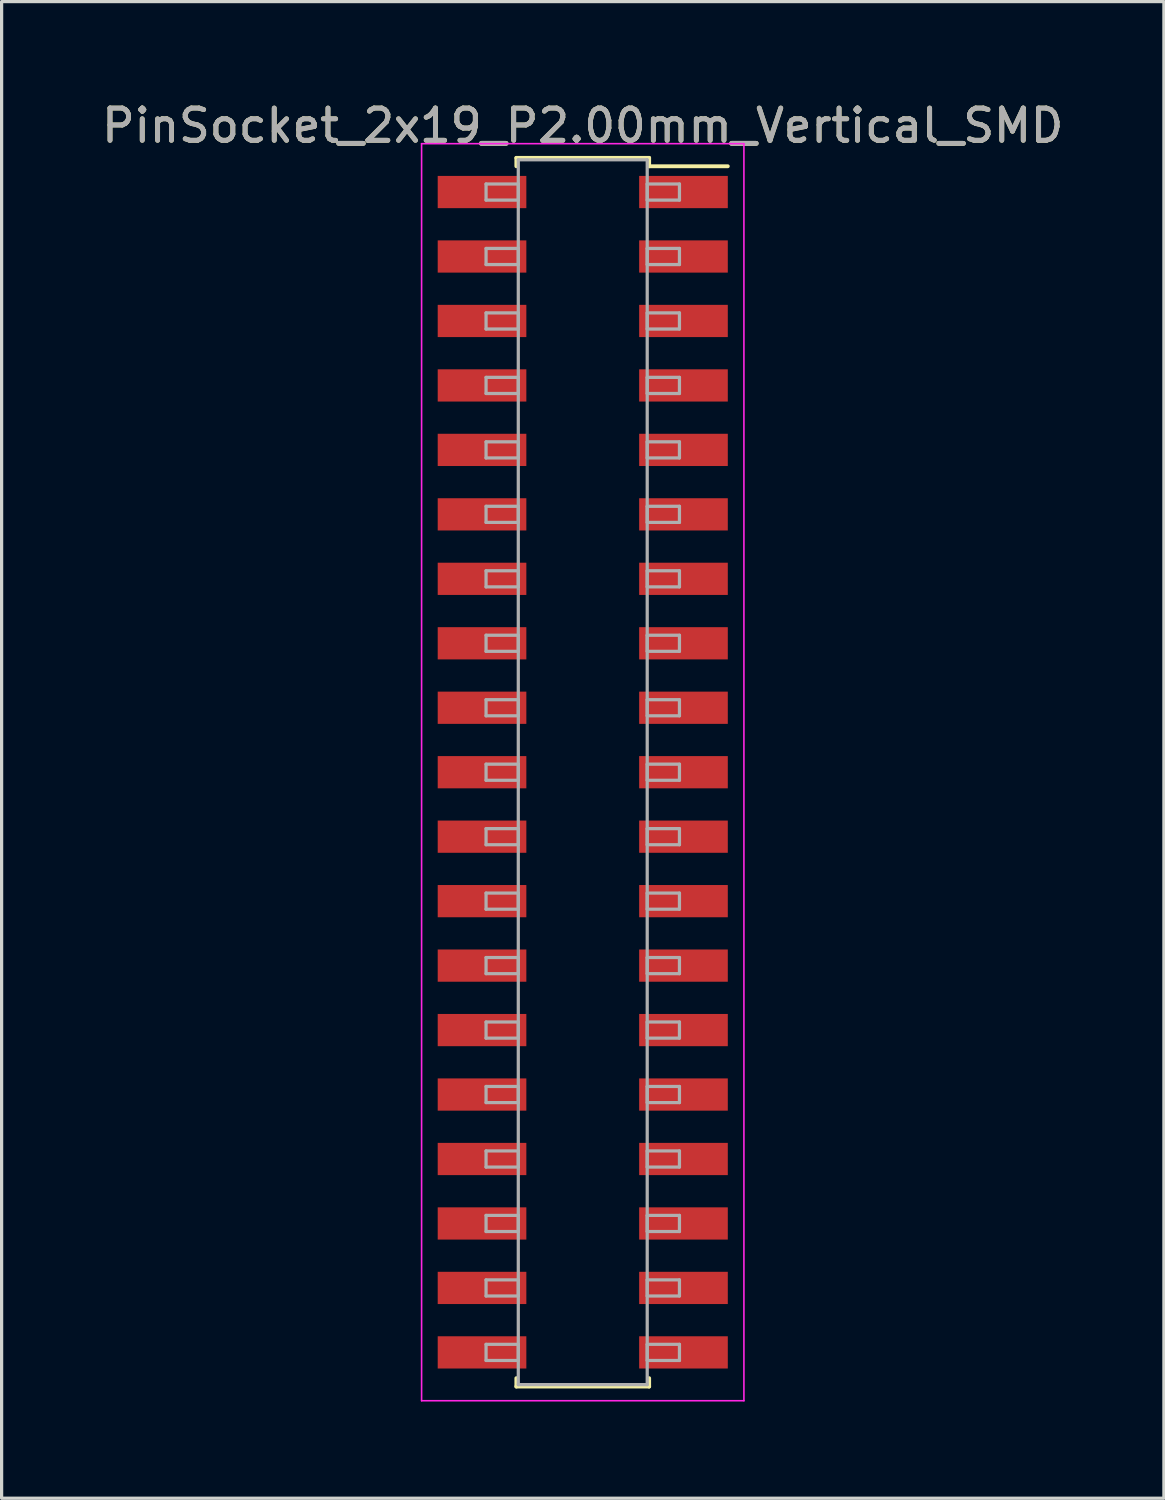
<source format=kicad_pcb>
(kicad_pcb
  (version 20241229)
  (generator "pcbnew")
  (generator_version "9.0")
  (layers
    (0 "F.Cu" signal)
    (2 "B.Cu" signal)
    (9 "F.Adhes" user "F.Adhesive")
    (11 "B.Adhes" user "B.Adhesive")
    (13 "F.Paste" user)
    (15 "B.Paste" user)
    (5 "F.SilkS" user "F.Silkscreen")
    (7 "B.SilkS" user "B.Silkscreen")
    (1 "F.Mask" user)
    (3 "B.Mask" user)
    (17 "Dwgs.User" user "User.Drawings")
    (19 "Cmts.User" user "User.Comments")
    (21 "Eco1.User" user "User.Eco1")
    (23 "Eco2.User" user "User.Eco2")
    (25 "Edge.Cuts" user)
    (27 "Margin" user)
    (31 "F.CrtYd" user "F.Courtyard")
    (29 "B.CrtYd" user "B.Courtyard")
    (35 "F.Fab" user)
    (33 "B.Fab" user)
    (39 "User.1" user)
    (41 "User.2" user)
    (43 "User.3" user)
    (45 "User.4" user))
  (footprint "PinSocket_2x19_P2.00mm_Vertical_SMD"
    (layer "F.Cu")
    (at 15.03 20.908)
    (property "Reference" "PinSocket_2x19_P2.00mm_Vertical_SMD" (at 0 -20.06 0) (layer "F.SilkS") (effects (font (size 1 1) (thickness 0.15))))
    (attr smd)
    (fp_line (start -2.06 -19.06) (end 2.06 -19.06) (stroke (width 0.12) (type solid)) (layer "F.SilkS"))
    (fp_line (start -2.06 -18.8) (end -2.06 -19.06) (stroke (width 0.12) (type solid)) (layer "F.SilkS"))
    (fp_line (start -2.06 18.8) (end -2.06 19.06) (stroke (width 0.12) (type solid)) (layer "F.SilkS"))
    (fp_line (start -2.06 19.06) (end 2.06 19.06) (stroke (width 0.12) (type solid)) (layer "F.SilkS"))
    (fp_line (start 2.06 -19.06) (end 2.06 -18.8) (stroke (width 0.12) (type solid)) (layer "F.SilkS"))
    (fp_line (start 2.06 19.06) (end 2.06 18.8) (stroke (width 0.12) (type solid)) (layer "F.SilkS"))
    (fp_line (start 4.5 -18.8) (end 2.06 -18.8) (stroke (width 0.12) (type solid)) (layer "F.SilkS"))
    (fp_line (start -5 -19.5) (end -5 19.5) (stroke (width 0.05) (type solid)) (layer "F.CrtYd"))
    (fp_line (start -5 19.5) (end 5 19.5) (stroke (width 0.05) (type solid)) (layer "F.CrtYd"))
    (fp_line (start 5 -19.5) (end -5 -19.5) (stroke (width 0.05) (type solid)) (layer "F.CrtYd"))
    (fp_line (start 5 19.5) (end 5 -19.5) (stroke (width 0.05) (type solid)) (layer "F.CrtYd"))
    (fp_line (start -3 -18.25) (end -2 -18.25) (stroke (width 0.1) (type solid)) (layer "F.Fab"))
    (fp_line (start -3 -17.75) (end -3 -18.25) (stroke (width 0.1) (type solid)) (layer "F.Fab"))
    (fp_line (start -3 -16.25) (end -2 -16.25) (stroke (width 0.1) (type solid)) (layer "F.Fab"))
    (fp_line (start -3 -15.75) (end -3 -16.25) (stroke (width 0.1) (type solid)) (layer "F.Fab"))
    (fp_line (start -3 -14.25) (end -2 -14.25) (stroke (width 0.1) (type solid)) (layer "F.Fab"))
    (fp_line (start -3 -13.75) (end -3 -14.25) (stroke (width 0.1) (type solid)) (layer "F.Fab"))
    (fp_line (start -3 -12.25) (end -2 -12.25) (stroke (width 0.1) (type solid)) (layer "F.Fab"))
    (fp_line (start -3 -11.75) (end -3 -12.25) (stroke (width 0.1) (type solid)) (layer "F.Fab"))
    (fp_line (start -3 -10.25) (end -2 -10.25) (stroke (width 0.1) (type solid)) (layer "F.Fab"))
    (fp_line (start -3 -9.75) (end -3 -10.25) (stroke (width 0.1) (type solid)) (layer "F.Fab"))
    (fp_line (start -3 -8.25) (end -2 -8.25) (stroke (width 0.1) (type solid)) (layer "F.Fab"))
    (fp_line (start -3 -7.75) (end -3 -8.25) (stroke (width 0.1) (type solid)) (layer "F.Fab"))
    (fp_line (start -3 -6.25) (end -2 -6.25) (stroke (width 0.1) (type solid)) (layer "F.Fab"))
    (fp_line (start -3 -5.75) (end -3 -6.25) (stroke (width 0.1) (type solid)) (layer "F.Fab"))
    (fp_line (start -3 -4.25) (end -2 -4.25) (stroke (width 0.1) (type solid)) (layer "F.Fab"))
    (fp_line (start -3 -3.75) (end -3 -4.25) (stroke (width 0.1) (type solid)) (layer "F.Fab"))
    (fp_line (start -3 -2.25) (end -2 -2.25) (stroke (width 0.1) (type solid)) (layer "F.Fab"))
    (fp_line (start -3 -1.75) (end -3 -2.25) (stroke (width 0.1) (type solid)) (layer "F.Fab"))
    (fp_line (start -3 -0.25) (end -2 -0.25) (stroke (width 0.1) (type solid)) (layer "F.Fab"))
    (fp_line (start -3 0.25) (end -3 -0.25) (stroke (width 0.1) (type solid)) (layer "F.Fab"))
    (fp_line (start -3 1.75) (end -2 1.75) (stroke (width 0.1) (type solid)) (layer "F.Fab"))
    (fp_line (start -3 2.25) (end -3 1.75) (stroke (width 0.1) (type solid)) (layer "F.Fab"))
    (fp_line (start -3 3.75) (end -2 3.75) (stroke (width 0.1) (type solid)) (layer "F.Fab"))
    (fp_line (start -3 4.25) (end -3 3.75) (stroke (width 0.1) (type solid)) (layer "F.Fab"))
    (fp_line (start -3 5.75) (end -2 5.75) (stroke (width 0.1) (type solid)) (layer "F.Fab"))
    (fp_line (start -3 6.25) (end -3 5.75) (stroke (width 0.1) (type solid)) (layer "F.Fab"))
    (fp_line (start -3 7.75) (end -2 7.75) (stroke (width 0.1) (type solid)) (layer "F.Fab"))
    (fp_line (start -3 8.25) (end -3 7.75) (stroke (width 0.1) (type solid)) (layer "F.Fab"))
    (fp_line (start -3 9.75) (end -2 9.75) (stroke (width 0.1) (type solid)) (layer "F.Fab"))
    (fp_line (start -3 10.25) (end -3 9.75) (stroke (width 0.1) (type solid)) (layer "F.Fab"))
    (fp_line (start -3 11.75) (end -2 11.75) (stroke (width 0.1) (type solid)) (layer "F.Fab"))
    (fp_line (start -3 12.25) (end -3 11.75) (stroke (width 0.1) (type solid)) (layer "F.Fab"))
    (fp_line (start -3 13.75) (end -2 13.75) (stroke (width 0.1) (type solid)) (layer "F.Fab"))
    (fp_line (start -3 14.25) (end -3 13.75) (stroke (width 0.1) (type solid)) (layer "F.Fab"))
    (fp_line (start -3 15.75) (end -2 15.75) (stroke (width 0.1) (type solid)) (layer "F.Fab"))
    (fp_line (start -3 16.25) (end -3 15.75) (stroke (width 0.1) (type solid)) (layer "F.Fab"))
    (fp_line (start -3 17.75) (end -2 17.75) (stroke (width 0.1) (type solid)) (layer "F.Fab"))
    (fp_line (start -3 18.25) (end -3 17.75) (stroke (width 0.1) (type solid)) (layer "F.Fab"))
    (fp_line (start -2 -19) (end -2 19) (stroke (width 0.1) (type solid)) (layer "F.Fab"))
    (fp_line (start -2 -18.25) (end -2 -17.75) (stroke (width 0.1) (type solid)) (layer "F.Fab"))
    (fp_line (start -2 -17.75) (end -3 -17.75) (stroke (width 0.1) (type solid)) (layer "F.Fab"))
    (fp_line (start -2 -16.25) (end -2 -15.75) (stroke (width 0.1) (type solid)) (layer "F.Fab"))
    (fp_line (start -2 -15.75) (end -3 -15.75) (stroke (width 0.1) (type solid)) (layer "F.Fab"))
    (fp_line (start -2 -14.25) (end -2 -13.75) (stroke (width 0.1) (type solid)) (layer "F.Fab"))
    (fp_line (start -2 -13.75) (end -3 -13.75) (stroke (width 0.1) (type solid)) (layer "F.Fab"))
    (fp_line (start -2 -12.25) (end -2 -11.75) (stroke (width 0.1) (type solid)) (layer "F.Fab"))
    (fp_line (start -2 -11.75) (end -3 -11.75) (stroke (width 0.1) (type solid)) (layer "F.Fab"))
    (fp_line (start -2 -10.25) (end -2 -9.75) (stroke (width 0.1) (type solid)) (layer "F.Fab"))
    (fp_line (start -2 -9.75) (end -3 -9.75) (stroke (width 0.1) (type solid)) (layer "F.Fab"))
    (fp_line (start -2 -8.25) (end -2 -7.75) (stroke (width 0.1) (type solid)) (layer "F.Fab"))
    (fp_line (start -2 -7.75) (end -3 -7.75) (stroke (width 0.1) (type solid)) (layer "F.Fab"))
    (fp_line (start -2 -6.25) (end -2 -5.75) (stroke (width 0.1) (type solid)) (layer "F.Fab"))
    (fp_line (start -2 -5.75) (end -3 -5.75) (stroke (width 0.1) (type solid)) (layer "F.Fab"))
    (fp_line (start -2 -4.25) (end -2 -3.75) (stroke (width 0.1) (type solid)) (layer "F.Fab"))
    (fp_line (start -2 -3.75) (end -3 -3.75) (stroke (width 0.1) (type solid)) (layer "F.Fab"))
    (fp_line (start -2 -2.25) (end -2 -1.75) (stroke (width 0.1) (type solid)) (layer "F.Fab"))
    (fp_line (start -2 -1.75) (end -3 -1.75) (stroke (width 0.1) (type solid)) (layer "F.Fab"))
    (fp_line (start -2 -0.25) (end -2 0.25) (stroke (width 0.1) (type solid)) (layer "F.Fab"))
    (fp_line (start -2 0.25) (end -3 0.25) (stroke (width 0.1) (type solid)) (layer "F.Fab"))
    (fp_line (start -2 1.75) (end -2 2.25) (stroke (width 0.1) (type solid)) (layer "F.Fab"))
    (fp_line (start -2 2.25) (end -3 2.25) (stroke (width 0.1) (type solid)) (layer "F.Fab"))
    (fp_line (start -2 3.75) (end -2 4.25) (stroke (width 0.1) (type solid)) (layer "F.Fab"))
    (fp_line (start -2 4.25) (end -3 4.25) (stroke (width 0.1) (type solid)) (layer "F.Fab"))
    (fp_line (start -2 5.75) (end -2 6.25) (stroke (width 0.1) (type solid)) (layer "F.Fab"))
    (fp_line (start -2 6.25) (end -3 6.25) (stroke (width 0.1) (type solid)) (layer "F.Fab"))
    (fp_line (start -2 7.75) (end -2 8.25) (stroke (width 0.1) (type solid)) (layer "F.Fab"))
    (fp_line (start -2 8.25) (end -3 8.25) (stroke (width 0.1) (type solid)) (layer "F.Fab"))
    (fp_line (start -2 9.75) (end -2 10.25) (stroke (width 0.1) (type solid)) (layer "F.Fab"))
    (fp_line (start -2 10.25) (end -3 10.25) (stroke (width 0.1) (type solid)) (layer "F.Fab"))
    (fp_line (start -2 11.75) (end -2 12.25) (stroke (width 0.1) (type solid)) (layer "F.Fab"))
    (fp_line (start -2 12.25) (end -3 12.25) (stroke (width 0.1) (type solid)) (layer "F.Fab"))
    (fp_line (start -2 13.75) (end -2 14.25) (stroke (width 0.1) (type solid)) (layer "F.Fab"))
    (fp_line (start -2 14.25) (end -3 14.25) (stroke (width 0.1) (type solid)) (layer "F.Fab"))
    (fp_line (start -2 15.75) (end -2 16.25) (stroke (width 0.1) (type solid)) (layer "F.Fab"))
    (fp_line (start -2 16.25) (end -3 16.25) (stroke (width 0.1) (type solid)) (layer "F.Fab"))
    (fp_line (start -2 17.75) (end -2 18.25) (stroke (width 0.1) (type solid)) (layer "F.Fab"))
    (fp_line (start -2 18.25) (end -3 18.25) (stroke (width 0.1) (type solid)) (layer "F.Fab"))
    (fp_line (start -2 19) (end 2 19) (stroke (width 0.1) (type solid)) (layer "F.Fab"))
    (fp_line (start 2 -19) (end -2 -19) (stroke (width 0.1) (type solid)) (layer "F.Fab"))
    (fp_line (start 2 -18.25) (end 2 -17.75) (stroke (width 0.1) (type solid)) (layer "F.Fab"))
    (fp_line (start 2 -17.75) (end 3 -17.75) (stroke (width 0.1) (type solid)) (layer "F.Fab"))
    (fp_line (start 2 -16.25) (end 2 -15.75) (stroke (width 0.1) (type solid)) (layer "F.Fab"))
    (fp_line (start 2 -15.75) (end 3 -15.75) (stroke (width 0.1) (type solid)) (layer "F.Fab"))
    (fp_line (start 2 -14.25) (end 2 -13.75) (stroke (width 0.1) (type solid)) (layer "F.Fab"))
    (fp_line (start 2 -13.75) (end 3 -13.75) (stroke (width 0.1) (type solid)) (layer "F.Fab"))
    (fp_line (start 2 -12.25) (end 2 -11.75) (stroke (width 0.1) (type solid)) (layer "F.Fab"))
    (fp_line (start 2 -11.75) (end 3 -11.75) (stroke (width 0.1) (type solid)) (layer "F.Fab"))
    (fp_line (start 2 -10.25) (end 2 -9.75) (stroke (width 0.1) (type solid)) (layer "F.Fab"))
    (fp_line (start 2 -9.75) (end 3 -9.75) (stroke (width 0.1) (type solid)) (layer "F.Fab"))
    (fp_line (start 2 -8.25) (end 2 -7.75) (stroke (width 0.1) (type solid)) (layer "F.Fab"))
    (fp_line (start 2 -7.75) (end 3 -7.75) (stroke (width 0.1) (type solid)) (layer "F.Fab"))
    (fp_line (start 2 -6.25) (end 2 -5.75) (stroke (width 0.1) (type solid)) (layer "F.Fab"))
    (fp_line (start 2 -5.75) (end 3 -5.75) (stroke (width 0.1) (type solid)) (layer "F.Fab"))
    (fp_line (start 2 -4.25) (end 2 -3.75) (stroke (width 0.1) (type solid)) (layer "F.Fab"))
    (fp_line (start 2 -3.75) (end 3 -3.75) (stroke (width 0.1) (type solid)) (layer "F.Fab"))
    (fp_line (start 2 -2.25) (end 2 -1.75) (stroke (width 0.1) (type solid)) (layer "F.Fab"))
    (fp_line (start 2 -1.75) (end 3 -1.75) (stroke (width 0.1) (type solid)) (layer "F.Fab"))
    (fp_line (start 2 -0.25) (end 2 0.25) (stroke (width 0.1) (type solid)) (layer "F.Fab"))
    (fp_line (start 2 0.25) (end 3 0.25) (stroke (width 0.1) (type solid)) (layer "F.Fab"))
    (fp_line (start 2 1.75) (end 2 2.25) (stroke (width 0.1) (type solid)) (layer "F.Fab"))
    (fp_line (start 2 2.25) (end 3 2.25) (stroke (width 0.1) (type solid)) (layer "F.Fab"))
    (fp_line (start 2 3.75) (end 2 4.25) (stroke (width 0.1) (type solid)) (layer "F.Fab"))
    (fp_line (start 2 4.25) (end 3 4.25) (stroke (width 0.1) (type solid)) (layer "F.Fab"))
    (fp_line (start 2 5.75) (end 2 6.25) (stroke (width 0.1) (type solid)) (layer "F.Fab"))
    (fp_line (start 2 6.25) (end 3 6.25) (stroke (width 0.1) (type solid)) (layer "F.Fab"))
    (fp_line (start 2 7.75) (end 2 8.25) (stroke (width 0.1) (type solid)) (layer "F.Fab"))
    (fp_line (start 2 8.25) (end 3 8.25) (stroke (width 0.1) (type solid)) (layer "F.Fab"))
    (fp_line (start 2 9.75) (end 2 10.25) (stroke (width 0.1) (type solid)) (layer "F.Fab"))
    (fp_line (start 2 10.25) (end 3 10.25) (stroke (width 0.1) (type solid)) (layer "F.Fab"))
    (fp_line (start 2 11.75) (end 2 12.25) (stroke (width 0.1) (type solid)) (layer "F.Fab"))
    (fp_line (start 2 12.25) (end 3 12.25) (stroke (width 0.1) (type solid)) (layer "F.Fab"))
    (fp_line (start 2 13.75) (end 2 14.25) (stroke (width 0.1) (type solid)) (layer "F.Fab"))
    (fp_line (start 2 14.25) (end 3 14.25) (stroke (width 0.1) (type solid)) (layer "F.Fab"))
    (fp_line (start 2 15.75) (end 2 16.25) (stroke (width 0.1) (type solid)) (layer "F.Fab"))
    (fp_line (start 2 16.25) (end 3 16.25) (stroke (width 0.1) (type solid)) (layer "F.Fab"))
    (fp_line (start 2 17.75) (end 2 18.25) (stroke (width 0.1) (type solid)) (layer "F.Fab"))
    (fp_line (start 2 18.25) (end 3 18.25) (stroke (width 0.1) (type solid)) (layer "F.Fab"))
    (fp_line (start 2 19) (end 2 -19) (stroke (width 0.1) (type solid)) (layer "F.Fab"))
    (fp_line (start 3 -18.25) (end 2 -18.25) (stroke (width 0.1) (type solid)) (layer "F.Fab"))
    (fp_line (start 3 -17.75) (end 3 -18.25) (stroke (width 0.1) (type solid)) (layer "F.Fab"))
    (fp_line (start 3 -16.25) (end 2 -16.25) (stroke (width 0.1) (type solid)) (layer "F.Fab"))
    (fp_line (start 3 -15.75) (end 3 -16.25) (stroke (width 0.1) (type solid)) (layer "F.Fab"))
    (fp_line (start 3 -14.25) (end 2 -14.25) (stroke (width 0.1) (type solid)) (layer "F.Fab"))
    (fp_line (start 3 -13.75) (end 3 -14.25) (stroke (width 0.1) (type solid)) (layer "F.Fab"))
    (fp_line (start 3 -12.25) (end 2 -12.25) (stroke (width 0.1) (type solid)) (layer "F.Fab"))
    (fp_line (start 3 -11.75) (end 3 -12.25) (stroke (width 0.1) (type solid)) (layer "F.Fab"))
    (fp_line (start 3 -10.25) (end 2 -10.25) (stroke (width 0.1) (type solid)) (layer "F.Fab"))
    (fp_line (start 3 -9.75) (end 3 -10.25) (stroke (width 0.1) (type solid)) (layer "F.Fab"))
    (fp_line (start 3 -8.25) (end 2 -8.25) (stroke (width 0.1) (type solid)) (layer "F.Fab"))
    (fp_line (start 3 -7.75) (end 3 -8.25) (stroke (width 0.1) (type solid)) (layer "F.Fab"))
    (fp_line (start 3 -6.25) (end 2 -6.25) (stroke (width 0.1) (type solid)) (layer "F.Fab"))
    (fp_line (start 3 -5.75) (end 3 -6.25) (stroke (width 0.1) (type solid)) (layer "F.Fab"))
    (fp_line (start 3 -4.25) (end 2 -4.25) (stroke (width 0.1) (type solid)) (layer "F.Fab"))
    (fp_line (start 3 -3.75) (end 3 -4.25) (stroke (width 0.1) (type solid)) (layer "F.Fab"))
    (fp_line (start 3 -2.25) (end 2 -2.25) (stroke (width 0.1) (type solid)) (layer "F.Fab"))
    (fp_line (start 3 -1.75) (end 3 -2.25) (stroke (width 0.1) (type solid)) (layer "F.Fab"))
    (fp_line (start 3 -0.25) (end 2 -0.25) (stroke (width 0.1) (type solid)) (layer "F.Fab"))
    (fp_line (start 3 0.25) (end 3 -0.25) (stroke (width 0.1) (type solid)) (layer "F.Fab"))
    (fp_line (start 3 1.75) (end 2 1.75) (stroke (width 0.1) (type solid)) (layer "F.Fab"))
    (fp_line (start 3 2.25) (end 3 1.75) (stroke (width 0.1) (type solid)) (layer "F.Fab"))
    (fp_line (start 3 3.75) (end 2 3.75) (stroke (width 0.1) (type solid)) (layer "F.Fab"))
    (fp_line (start 3 4.25) (end 3 3.75) (stroke (width 0.1) (type solid)) (layer "F.Fab"))
    (fp_line (start 3 5.75) (end 2 5.75) (stroke (width 0.1) (type solid)) (layer "F.Fab"))
    (fp_line (start 3 6.25) (end 3 5.75) (stroke (width 0.1) (type solid)) (layer "F.Fab"))
    (fp_line (start 3 7.75) (end 2 7.75) (stroke (width 0.1) (type solid)) (layer "F.Fab"))
    (fp_line (start 3 8.25) (end 3 7.75) (stroke (width 0.1) (type solid)) (layer "F.Fab"))
    (fp_line (start 3 9.75) (end 2 9.75) (stroke (width 0.1) (type solid)) (layer "F.Fab"))
    (fp_line (start 3 10.25) (end 3 9.75) (stroke (width 0.1) (type solid)) (layer "F.Fab"))
    (fp_line (start 3 11.75) (end 2 11.75) (stroke (width 0.1) (type solid)) (layer "F.Fab"))
    (fp_line (start 3 12.25) (end 3 11.75) (stroke (width 0.1) (type solid)) (layer "F.Fab"))
    (fp_line (start 3 13.75) (end 2 13.75) (stroke (width 0.1) (type solid)) (layer "F.Fab"))
    (fp_line (start 3 14.25) (end 3 13.75) (stroke (width 0.1) (type solid)) (layer "F.Fab"))
    (fp_line (start 3 15.75) (end 2 15.75) (stroke (width 0.1) (type solid)) (layer "F.Fab"))
    (fp_line (start 3 16.25) (end 3 15.75) (stroke (width 0.1) (type solid)) (layer "F.Fab"))
    (fp_line (start 3 17.75) (end 2 17.75) (stroke (width 0.1) (type solid)) (layer "F.Fab"))
    (fp_line (start 3 18.25) (end 3 17.75) (stroke (width 0.1) (type solid)) (layer "F.Fab"))
    (fp_text user "${REFERENCE}" (at 0 -20.06 0) (layer "F.Fab") (effects (font (size 1 1) (thickness 0.15))))
    (pad "1" smd rect (at 3.125 -18) (size 2.75 1) (layers "F.Cu" "F.Mask" "F.Paste"))
    (pad "2" smd rect (at -3.125 -18) (size 2.75 1) (layers "F.Cu" "F.Mask" "F.Paste"))
    (pad "3" smd rect (at 3.125 -16) (size 2.75 1) (layers "F.Cu" "F.Mask" "F.Paste"))
    (pad "4" smd rect (at -3.125 -16) (size 2.75 1) (layers "F.Cu" "F.Mask" "F.Paste"))
    (pad "5" smd rect (at 3.125 -14) (size 2.75 1) (layers "F.Cu" "F.Mask" "F.Paste"))
    (pad "6" smd rect (at -3.125 -14) (size 2.75 1) (layers "F.Cu" "F.Mask" "F.Paste"))
    (pad "7" smd rect (at 3.125 -12) (size 2.75 1) (layers "F.Cu" "F.Mask" "F.Paste"))
    (pad "8" smd rect (at -3.125 -12) (size 2.75 1) (layers "F.Cu" "F.Mask" "F.Paste"))
    (pad "9" smd rect (at 3.125 -10) (size 2.75 1) (layers "F.Cu" "F.Mask" "F.Paste"))
    (pad "10" smd rect (at -3.125 -10) (size 2.75 1) (layers "F.Cu" "F.Mask" "F.Paste"))
    (pad "11" smd rect (at 3.125 -8) (size 2.75 1) (layers "F.Cu" "F.Mask" "F.Paste"))
    (pad "12" smd rect (at -3.125 -8) (size 2.75 1) (layers "F.Cu" "F.Mask" "F.Paste"))
    (pad "13" smd rect (at 3.125 -6) (size 2.75 1) (layers "F.Cu" "F.Mask" "F.Paste"))
    (pad "14" smd rect (at -3.125 -6) (size 2.75 1) (layers "F.Cu" "F.Mask" "F.Paste"))
    (pad "15" smd rect (at 3.125 -4) (size 2.75 1) (layers "F.Cu" "F.Mask" "F.Paste"))
    (pad "16" smd rect (at -3.125 -4) (size 2.75 1) (layers "F.Cu" "F.Mask" "F.Paste"))
    (pad "17" smd rect (at 3.125 -2) (size 2.75 1) (layers "F.Cu" "F.Mask" "F.Paste"))
    (pad "18" smd rect (at -3.125 -2) (size 2.75 1) (layers "F.Cu" "F.Mask" "F.Paste"))
    (pad "19" smd rect (at 3.125 0) (size 2.75 1) (layers "F.Cu" "F.Mask" "F.Paste"))
    (pad "20" smd rect (at -3.125 0) (size 2.75 1) (layers "F.Cu" "F.Mask" "F.Paste"))
    (pad "21" smd rect (at 3.125 2) (size 2.75 1) (layers "F.Cu" "F.Mask" "F.Paste"))
    (pad "22" smd rect (at -3.125 2) (size 2.75 1) (layers "F.Cu" "F.Mask" "F.Paste"))
    (pad "23" smd rect (at 3.125 4) (size 2.75 1) (layers "F.Cu" "F.Mask" "F.Paste"))
    (pad "24" smd rect (at -3.125 4) (size 2.75 1) (layers "F.Cu" "F.Mask" "F.Paste"))
    (pad "25" smd rect (at 3.125 6) (size 2.75 1) (layers "F.Cu" "F.Mask" "F.Paste"))
    (pad "26" smd rect (at -3.125 6) (size 2.75 1) (layers "F.Cu" "F.Mask" "F.Paste"))
    (pad "27" smd rect (at 3.125 8) (size 2.75 1) (layers "F.Cu" "F.Mask" "F.Paste"))
    (pad "28" smd rect (at -3.125 8) (size 2.75 1) (layers "F.Cu" "F.Mask" "F.Paste"))
    (pad "29" smd rect (at 3.125 10) (size 2.75 1) (layers "F.Cu" "F.Mask" "F.Paste"))
    (pad "30" smd rect (at -3.125 10) (size 2.75 1) (layers "F.Cu" "F.Mask" "F.Paste"))
    (pad "31" smd rect (at 3.125 12) (size 2.75 1) (layers "F.Cu" "F.Mask" "F.Paste"))
    (pad "32" smd rect (at -3.125 12) (size 2.75 1) (layers "F.Cu" "F.Mask" "F.Paste"))
    (pad "33" smd rect (at 3.125 14) (size 2.75 1) (layers "F.Cu" "F.Mask" "F.Paste"))
    (pad "34" smd rect (at -3.125 14) (size 2.75 1) (layers "F.Cu" "F.Mask" "F.Paste"))
    (pad "35" smd rect (at 3.125 16) (size 2.75 1) (layers "F.Cu" "F.Mask" "F.Paste"))
    (pad "36" smd rect (at -3.125 16) (size 2.75 1) (layers "F.Cu" "F.Mask" "F.Paste"))
    (pad "37" smd rect (at 3.125 18) (size 2.75 1) (layers "F.Cu" "F.Mask" "F.Paste"))
    (pad "38" smd rect (at -3.125 18) (size 2.75 1) (layers "F.Cu" "F.Mask" "F.Paste")))
  (gr_rect
    (start -3 -3)
    (end 33.06 43.433)
    (stroke (width 0.1) (type default))
    (fill no)
    (layer "Edge.Cuts")))
</source>
